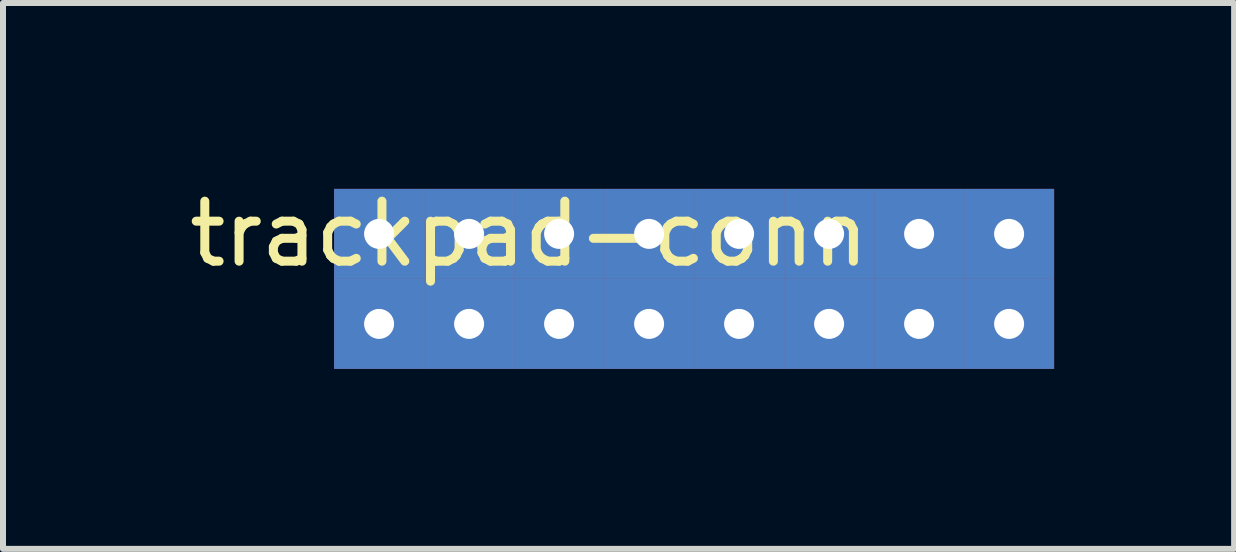
<source format=kicad_pcb>
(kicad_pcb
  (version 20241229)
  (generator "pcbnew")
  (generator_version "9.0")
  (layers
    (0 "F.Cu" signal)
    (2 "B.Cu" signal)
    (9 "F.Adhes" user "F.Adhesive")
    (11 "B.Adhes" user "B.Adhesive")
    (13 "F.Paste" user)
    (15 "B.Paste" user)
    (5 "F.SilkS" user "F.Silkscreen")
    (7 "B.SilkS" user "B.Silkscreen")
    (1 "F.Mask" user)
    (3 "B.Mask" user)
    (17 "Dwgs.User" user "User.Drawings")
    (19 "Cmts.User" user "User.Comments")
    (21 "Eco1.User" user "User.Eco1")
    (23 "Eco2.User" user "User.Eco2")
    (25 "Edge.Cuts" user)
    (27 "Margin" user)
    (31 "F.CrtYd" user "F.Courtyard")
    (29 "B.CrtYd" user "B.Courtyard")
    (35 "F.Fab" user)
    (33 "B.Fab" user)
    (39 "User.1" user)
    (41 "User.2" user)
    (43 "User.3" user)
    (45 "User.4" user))
  (footprint "trackpad-conn"
    (layer "F.Cu")
    (at 8.518 1.598)
    (property "Reference" "trackpad-conn" (at -2.75 -0.75 0) (unlocked yes) (layer "F.SilkS") (effects (font (size 1 1) (thickness 0.15))))
    (pad "1" thru_hole rect (at -5.25 -0.75) (size 1.5 1.5) (drill 0.5) (layers "*.Cu" "F.Mask"))
    (pad "1" thru_hole rect (at -5.25 0.75) (size 1.5 1.5) (drill 0.5) (layers "*.Cu" "F.Mask"))
    (pad "1" thru_hole rect (at -3.75 -0.75) (size 1.5 1.5) (drill 0.5) (layers "*.Cu" "F.Mask"))
    (pad "1" thru_hole rect (at -3.75 0.75) (size 1.5 1.5) (drill 0.5) (layers "*.Cu" "F.Mask"))
    (pad "1" thru_hole rect (at -2.25 -0.75) (size 1.5 1.5) (drill 0.5) (layers "*.Cu" "F.Mask"))
    (pad "1" thru_hole rect (at -2.25 0.75) (size 1.5 1.5) (drill 0.5) (layers "*.Cu" "F.Mask"))
    (pad "1" thru_hole rect (at -0.75 -0.75) (size 1.5 1.5) (drill 0.5) (layers "*.Cu" "F.Mask"))
    (pad "1" thru_hole rect (at -0.75 0.75) (size 1.5 1.5) (drill 0.5) (layers "*.Cu" "F.Mask"))
    (pad "1" thru_hole rect (at 0.75 -0.75) (size 1.5 1.5) (drill 0.5) (layers "*.Cu" "F.Mask"))
    (pad "1" thru_hole rect (at 0.75 0.75) (size 1.5 1.5) (drill 0.5) (layers "*.Cu" "F.Mask"))
    (pad "1" thru_hole rect (at 2.25 -0.75) (size 1.5 1.5) (drill 0.5) (layers "*.Cu" "F.Mask"))
    (pad "1" thru_hole rect (at 2.25 0.75) (size 1.5 1.5) (drill 0.5) (layers "*.Cu" "F.Mask"))
    (pad "1" thru_hole rect (at 3.75 -0.75) (size 1.5 1.5) (drill 0.5) (layers "*.Cu" "F.Mask"))
    (pad "1" thru_hole rect (at 3.75 0.75) (size 1.5 1.5) (drill 0.5) (layers "*.Cu" "F.Mask"))
    (pad "1" thru_hole rect (at 5.25 -0.75) (size 1.5 1.5) (drill 0.5) (layers "*.Cu" "F.Mask"))
    (pad "1" thru_hole rect (at 5.25 0.75) (size 1.5 1.5) (drill 0.5) (layers "*.Cu" "F.Mask")))
  (gr_rect
    (start -3 -3)
    (end 17.518 6.098)
    (stroke (width 0.1) (type default))
    (fill no)
    (layer "Edge.Cuts")))
</source>
